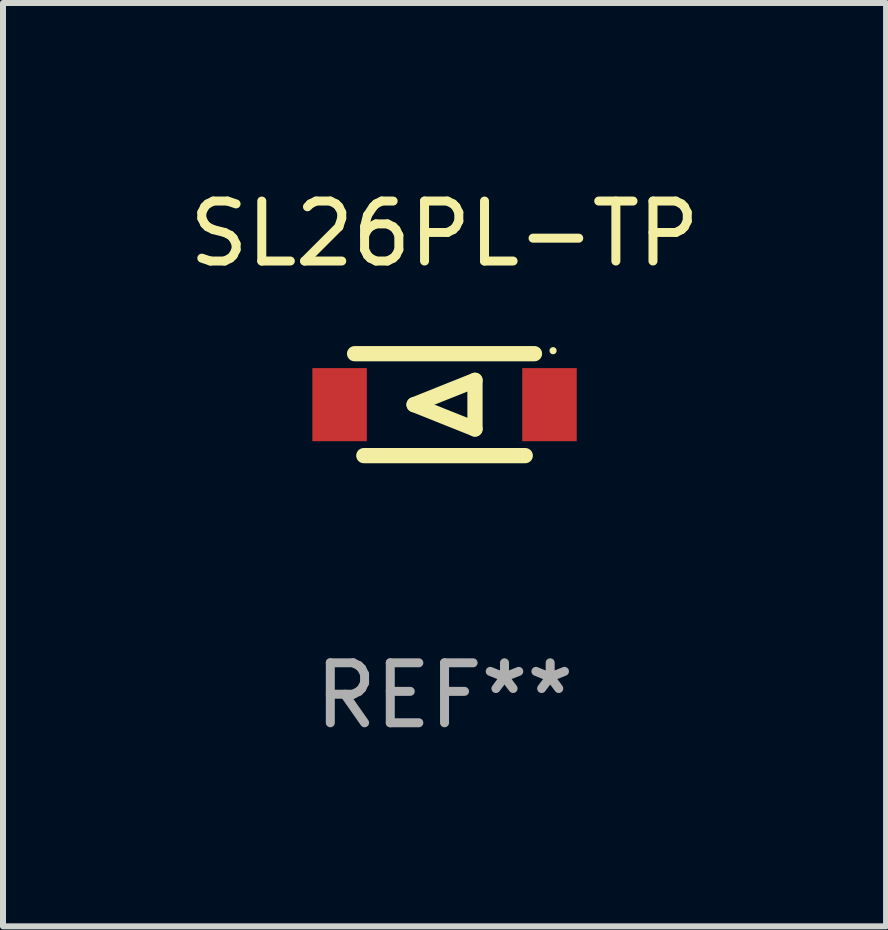
<source format=kicad_pcb>
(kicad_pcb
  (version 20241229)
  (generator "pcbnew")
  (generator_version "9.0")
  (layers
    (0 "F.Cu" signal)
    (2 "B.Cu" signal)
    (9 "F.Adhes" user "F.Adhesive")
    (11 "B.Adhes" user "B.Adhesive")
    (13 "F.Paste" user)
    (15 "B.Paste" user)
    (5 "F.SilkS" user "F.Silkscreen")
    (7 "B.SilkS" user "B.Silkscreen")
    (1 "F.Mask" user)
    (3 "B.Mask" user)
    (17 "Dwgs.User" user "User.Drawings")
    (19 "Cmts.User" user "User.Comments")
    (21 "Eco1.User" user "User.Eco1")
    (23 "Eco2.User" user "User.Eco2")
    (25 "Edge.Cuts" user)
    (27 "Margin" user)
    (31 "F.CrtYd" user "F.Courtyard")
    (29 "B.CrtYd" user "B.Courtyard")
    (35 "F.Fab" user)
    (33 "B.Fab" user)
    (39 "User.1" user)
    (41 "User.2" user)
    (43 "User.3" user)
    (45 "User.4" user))
  (footprint "SL26PL-TP"
    (layer "F.Cu")
    (at 4.363 3.698)
    (property "Reference" "SL26PL-TP" (at 0 -2.85 0) (layer "F.SilkS") (effects (font (size 1 1) (thickness 0.15))))
    (attr through_hole)
    (fp_line (start -1.5 -0.85) (end 1.5 -0.85) (stroke (width 0.254) (type solid)) (layer "F.SilkS"))
    (fp_line (start -0.508 0) (end 0.508 -0.406) (stroke (width 0.254) (type solid)) (layer "F.SilkS"))
    (fp_line (start 0.508 -0.406) (end 0.508 0.406) (stroke (width 0.254) (type solid)) (layer "F.SilkS"))
    (fp_line (start 0.508 0.406) (end -0.508 0) (stroke (width 0.254) (type solid)) (layer "F.SilkS"))
    (fp_line (start 1.346 0.85) (end -1.346 0.85) (stroke (width 0.254) (type solid)) (layer "F.SilkS"))
    (fp_circle (center 1.81 -0.9) (end 1.84 -0.9) (stroke (width 0.06) (type solid)) (fill no) (layer "F.SilkS"))
    (fp_text user "REF**" (at 0 4.85 0) (layer "F.Fab") (effects (font (size 1 1) (thickness 0.15))))
    (pad "1" smd rect (at 1.75 0) (size 0.909 1.219) (layers "F.Cu" "F.Mask" "F.Paste"))
    (pad "2" smd rect (at -1.75 0) (size 0.909 1.219) (layers "F.Cu" "F.Mask" "F.Paste")))
  (gr_rect
    (start -3 -3)
    (end 11.726 12.397)
    (stroke (width 0.1) (type default))
    (fill no)
    (layer "Edge.Cuts")))
</source>
